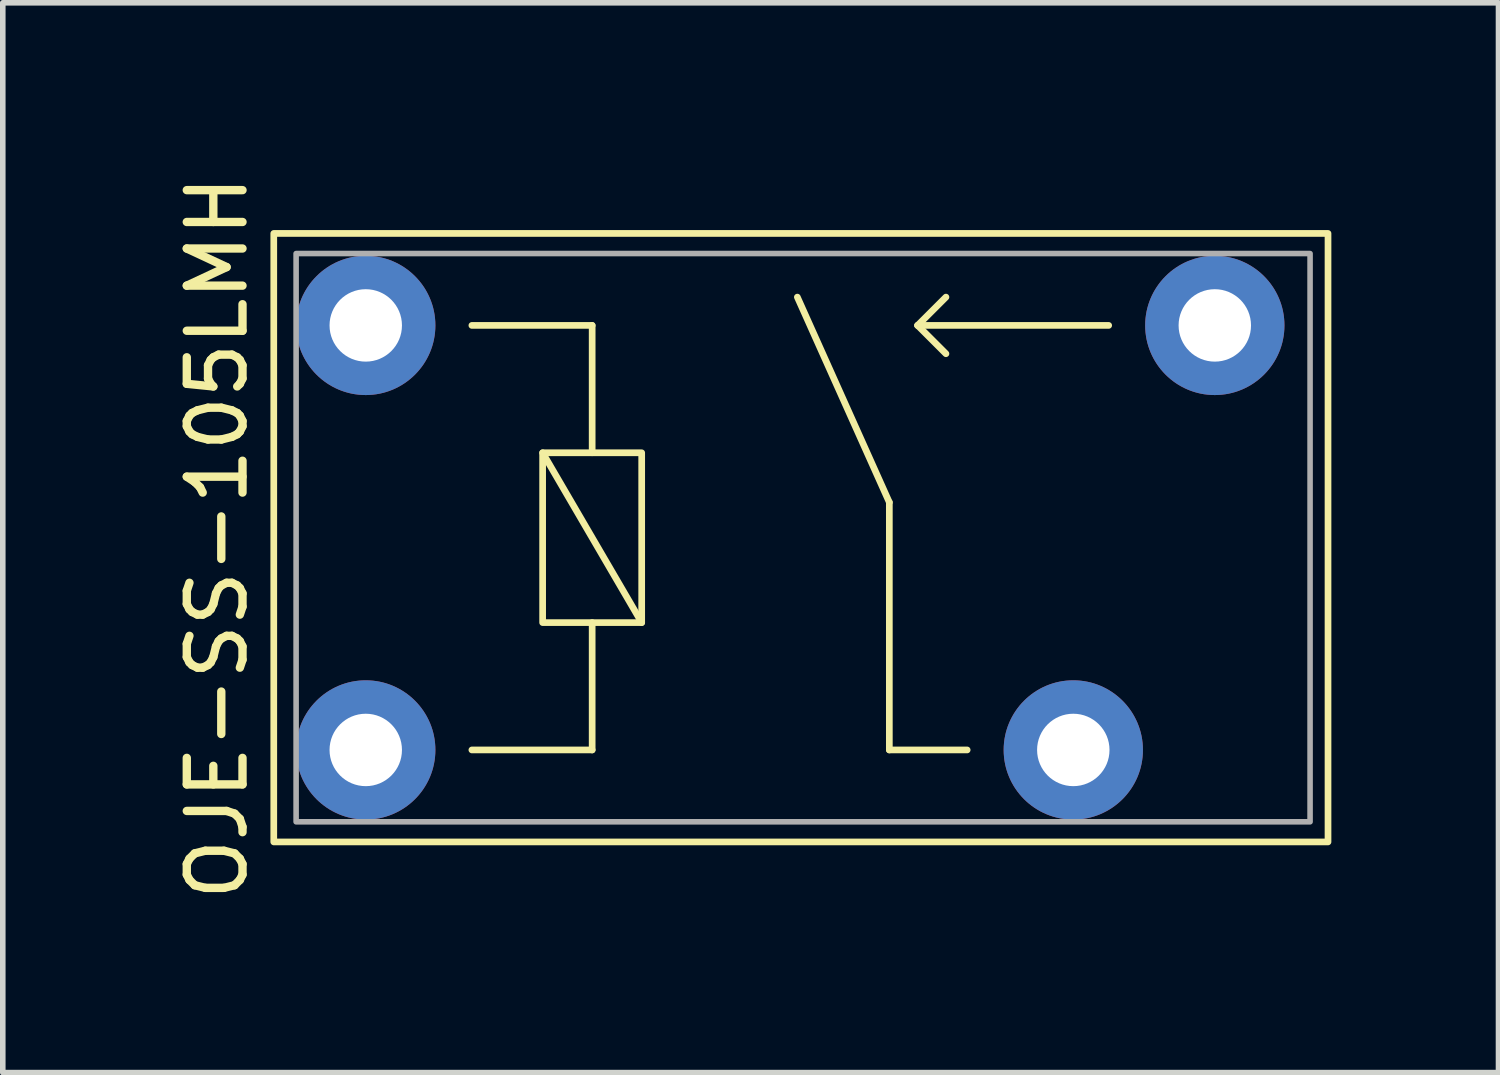
<source format=kicad_pcb>
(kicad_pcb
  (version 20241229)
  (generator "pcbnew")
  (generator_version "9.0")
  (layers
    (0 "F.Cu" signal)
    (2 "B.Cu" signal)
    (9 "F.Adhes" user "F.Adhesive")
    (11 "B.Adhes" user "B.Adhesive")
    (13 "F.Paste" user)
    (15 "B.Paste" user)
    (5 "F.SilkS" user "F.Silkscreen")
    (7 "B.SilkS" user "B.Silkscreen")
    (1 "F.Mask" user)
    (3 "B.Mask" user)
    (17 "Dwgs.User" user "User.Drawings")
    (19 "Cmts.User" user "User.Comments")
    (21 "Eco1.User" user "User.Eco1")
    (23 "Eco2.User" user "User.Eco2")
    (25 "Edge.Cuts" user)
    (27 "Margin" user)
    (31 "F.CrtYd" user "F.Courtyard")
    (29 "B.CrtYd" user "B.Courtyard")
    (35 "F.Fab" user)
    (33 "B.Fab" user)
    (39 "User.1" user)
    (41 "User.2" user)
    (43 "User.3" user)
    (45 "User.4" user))
  (footprint "OJE-SS-105LMH"
    (layer "F.Cu")
    (at 11.135 6.601)
    (property "Reference" "OJE-SS-105LMH" (at -10.287 0 90) (unlocked yes) (layer "F.SilkS") (effects (font (size 1 1) (thickness 0.15))))
    (attr through_hole)
    (fp_line (start -5.715 -3.81) (end -3.556 -3.81) (stroke (width 0.12) (type solid)) (layer "F.SilkS"))
    (fp_line (start -5.715 3.81) (end -3.556 3.81) (stroke (width 0.12) (type solid)) (layer "F.SilkS"))
    (fp_line (start -4.445 -1.524) (end -2.667 1.524) (stroke (width 0.12) (type solid)) (layer "F.SilkS"))
    (fp_line (start -3.556 -3.81) (end -3.556 -1.524) (stroke (width 0.12) (type solid)) (layer "F.SilkS"))
    (fp_line (start -3.556 1.524) (end -3.556 3.81) (stroke (width 0.12) (type solid)) (layer "F.SilkS"))
    (fp_line (start 1.778 -0.635) (end 0.127 -4.318) (stroke (width 0.12) (type solid)) (layer "F.SilkS"))
    (fp_line (start 1.778 3.81) (end 1.778 -0.635) (stroke (width 0.12) (type solid)) (layer "F.SilkS"))
    (fp_line (start 2.286 -3.81) (end 2.794 -4.318) (stroke (width 0.12) (type solid)) (layer "F.SilkS"))
    (fp_line (start 2.794 -3.302) (end 2.286 -3.81) (stroke (width 0.12) (type solid)) (layer "F.SilkS"))
    (fp_line (start 3.175 3.81) (end 1.778 3.81) (stroke (width 0.12) (type solid)) (layer "F.SilkS"))
    (fp_line (start 5.715 -3.81) (end 2.286 -3.81) (stroke (width 0.12) (type solid)) (layer "F.SilkS"))
    (fp_rect (start -9.271 -5.461) (end 9.652 5.461) (stroke (width 0.12) (type solid)) (fill no) (layer "F.SilkS"))
    (fp_rect (start -4.445 -1.524) (end -2.667 1.524) (stroke (width 0.12) (type solid)) (fill no) (layer "F.SilkS"))
    (fp_rect (start -8.87 -5.1) (end 9.33 5.1) (stroke (width 0.1) (type solid)) (fill no) (layer "F.Fab"))
    (pad "1" thru_hole circle (at 5.08 3.81) (size 2.5 2.5) (drill 1.3) (layers "*.Cu" "*.Mask"))
    (pad "2" thru_hole circle (at 7.62 -3.81) (size 2.5 2.5) (drill 1.3) (layers "*.Cu" "*.Mask"))
    (pad "3" thru_hole circle (at -7.62 -3.81) (size 2.5 2.5) (drill 1.3) (layers "*.Cu" "*.Mask"))
    (pad "4" thru_hole circle (at -7.62 3.81) (size 2.5 2.5) (drill 1.3) (layers "*.Cu" "*.Mask")))
  (gr_rect
    (start -3 -3)
    (end 23.847 16.202)
    (stroke (width 0.1) (type default))
    (fill no)
    (layer "Edge.Cuts")))
</source>
